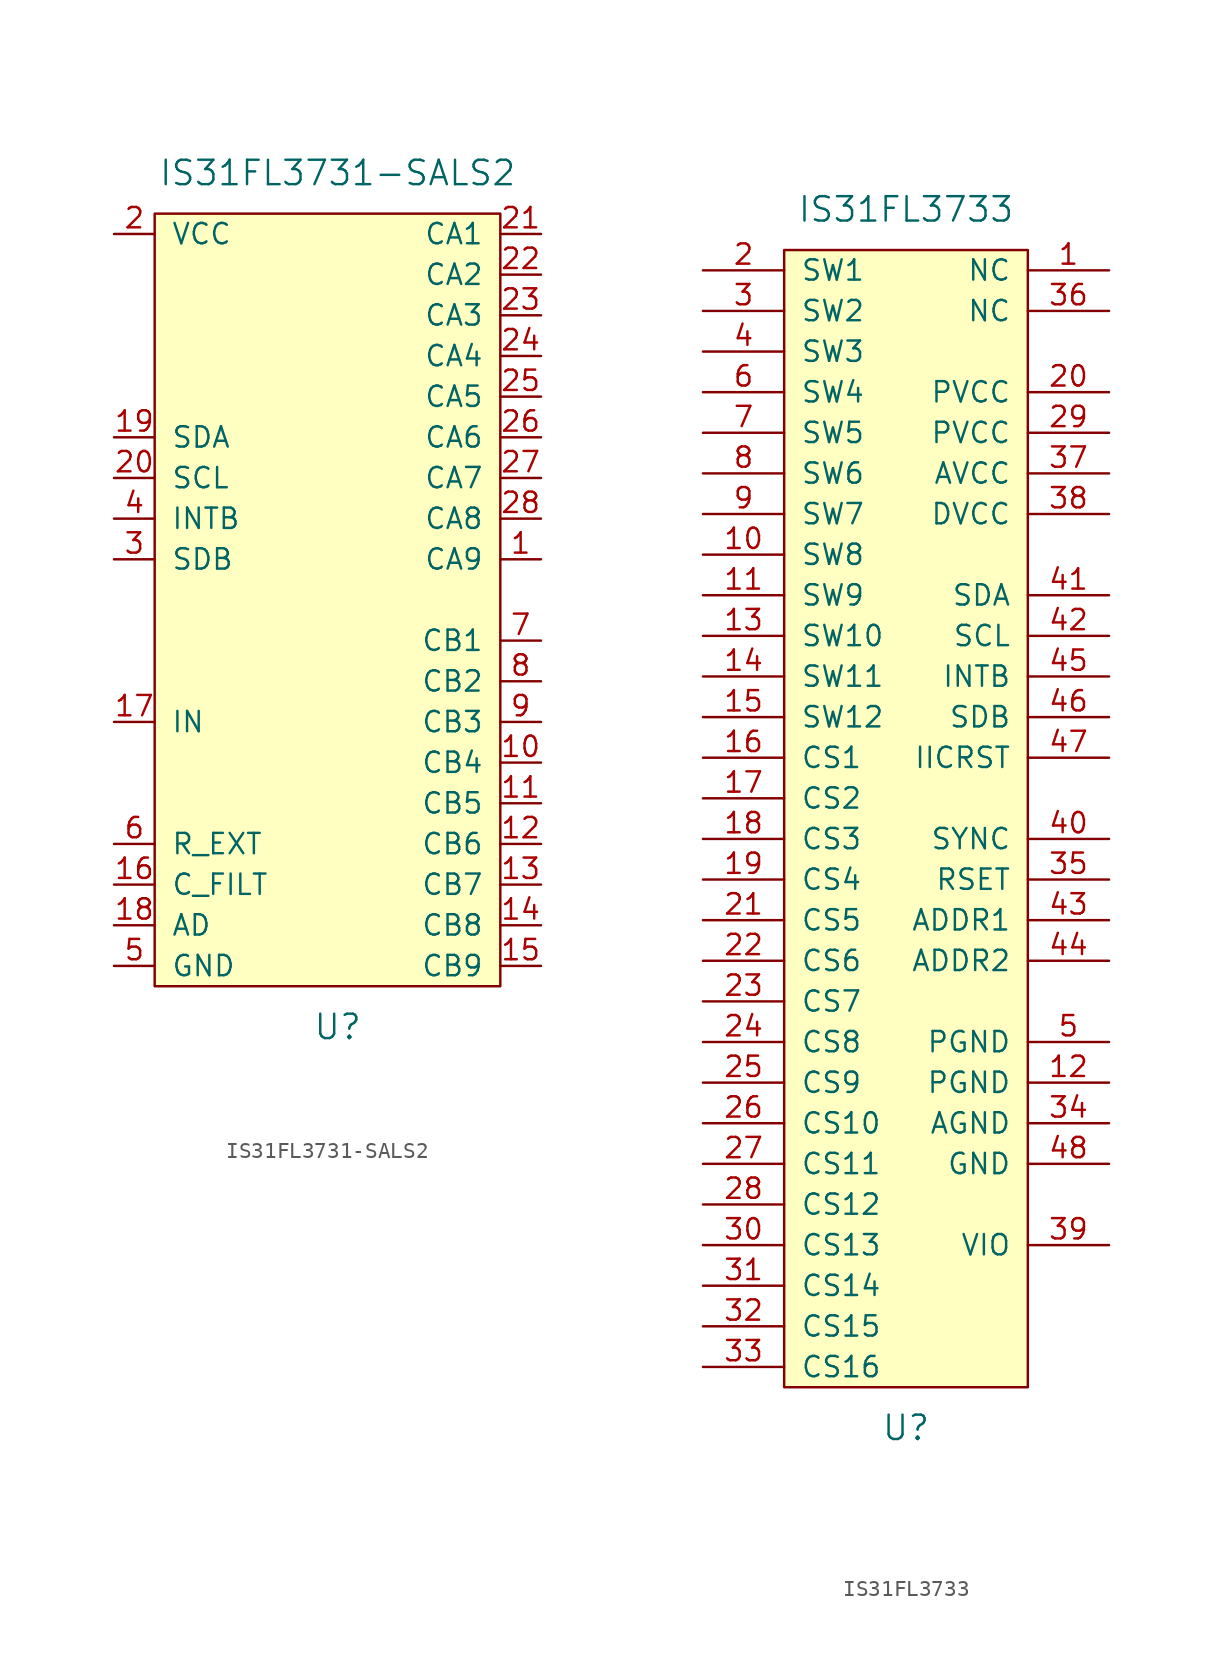
<source format=kicad_sym>
(kicad_symbol_lib
  (version 20231120)
  (generator "kicad_symbol_editor")
  (generator_version "8.0")
  (symbol "IS31FL3731-SALS2"
    (pin_names
      (offset 1.016))
    (property "Reference" "U"
      (at 0 -26.67 0)
      (effects (font (size 1.524 1.524))))
    (property "Value" "IS31FL3731-SALS2"
      (at 0 26.67 0)
      (effects (font (size 1.524 1.524))))
    (symbol "IS31FL3731-SALS2_0_1"
      (rectangle (start 10.16 24.13) (end -11.43 -24.13) (stroke (width 0) (type default)) (fill (type background))))
    (symbol "IS31FL3731-SALS2_1_1"
      (pin input line (at 12.7 2.54 180) (length 2.54) (name "CA9" (effects (font (size 1.27 1.27)))) (number "1" (effects (font (size 1.27 1.27)))))
      (pin input line (at 12.7 -10.16 180) (length 2.54) (name "CB4" (effects (font (size 1.27 1.27)))) (number "10" (effects (font (size 1.27 1.27)))))
      (pin input line (at 12.7 -12.7 180) (length 2.54) (name "CB5" (effects (font (size 1.27 1.27)))) (number "11" (effects (font (size 1.27 1.27)))))
      (pin input line (at 12.7 -15.24 180) (length 2.54) (name "CB6" (effects (font (size 1.27 1.27)))) (number "12" (effects (font (size 1.27 1.27)))))
      (pin input line (at 12.7 -17.78 180) (length 2.54) (name "CB7" (effects (font (size 1.27 1.27)))) (number "13" (effects (font (size 1.27 1.27)))))
      (pin input line (at 12.7 -20.32 180) (length 2.54) (name "CB8" (effects (font (size 1.27 1.27)))) (number "14" (effects (font (size 1.27 1.27)))))
      (pin input line (at 12.7 -22.86 180) (length 2.54) (name "CB9" (effects (font (size 1.27 1.27)))) (number "15" (effects (font (size 1.27 1.27)))))
      (pin input line (at -13.97 -17.78 0) (length 2.54) (name "C_FILT" (effects (font (size 1.27 1.27)))) (number "16" (effects (font (size 1.27 1.27)))))
      (pin input line (at -13.97 -7.62 0) (length 2.54) (name "IN" (effects (font (size 1.27 1.27)))) (number "17" (effects (font (size 1.27 1.27)))))
      (pin input line (at -13.97 -20.32 0) (length 2.54) (name "AD" (effects (font (size 1.27 1.27)))) (number "18" (effects (font (size 1.27 1.27)))))
      (pin input line (at -13.97 10.16 0) (length 2.54) (name "SDA" (effects (font (size 1.27 1.27)))) (number "19" (effects (font (size 1.27 1.27)))))
      (pin input line (at -13.97 22.86 0) (length 2.54) (name "VCC" (effects (font (size 1.27 1.27)))) (number "2" (effects (font (size 1.27 1.27)))))
      (pin input line (at -13.97 7.62 0) (length 2.54) (name "SCL" (effects (font (size 1.27 1.27)))) (number "20" (effects (font (size 1.27 1.27)))))
      (pin input line (at 12.7 22.86 180) (length 2.54) (name "CA1" (effects (font (size 1.27 1.27)))) (number "21" (effects (font (size 1.27 1.27)))))
      (pin input line (at 12.7 20.32 180) (length 2.54) (name "CA2" (effects (font (size 1.27 1.27)))) (number "22" (effects (font (size 1.27 1.27)))))
      (pin input line (at 12.7 17.78 180) (length 2.54) (name "CA3" (effects (font (size 1.27 1.27)))) (number "23" (effects (font (size 1.27 1.27)))))
      (pin input line (at 12.7 15.24 180) (length 2.54) (name "CA4" (effects (font (size 1.27 1.27)))) (number "24" (effects (font (size 1.27 1.27)))))
      (pin input line (at 12.7 12.7 180) (length 2.54) (name "CA5" (effects (font (size 1.27 1.27)))) (number "25" (effects (font (size 1.27 1.27)))))
      (pin input line (at 12.7 10.16 180) (length 2.54) (name "CA6" (effects (font (size 1.27 1.27)))) (number "26" (effects (font (size 1.27 1.27)))))
      (pin input line (at 12.7 7.62 180) (length 2.54) (name "CA7" (effects (font (size 1.27 1.27)))) (number "27" (effects (font (size 1.27 1.27)))))
      (pin input line (at 12.7 5.08 180) (length 2.54) (name "CA8" (effects (font (size 1.27 1.27)))) (number "28" (effects (font (size 1.27 1.27)))))
      (pin input line (at -13.97 2.54 0) (length 2.54) (name "SDB" (effects (font (size 1.27 1.27)))) (number "3" (effects (font (size 1.27 1.27)))))
      (pin input line (at -13.97 5.08 0) (length 2.54) (name "INTB" (effects (font (size 1.27 1.27)))) (number "4" (effects (font (size 1.27 1.27)))))
      (pin input line (at -13.97 -22.86 0) (length 2.54) (name "GND" (effects (font (size 1.27 1.27)))) (number "5" (effects (font (size 1.27 1.27)))))
      (pin input line (at -13.97 -15.24 0) (length 2.54) (name "R_EXT" (effects (font (size 1.27 1.27)))) (number "6" (effects (font (size 1.27 1.27)))))
      (pin input line (at 12.7 -2.54 180) (length 2.54) (name "CB1" (effects (font (size 1.27 1.27)))) (number "7" (effects (font (size 1.27 1.27)))))
      (pin input line (at 12.7 -5.08 180) (length 2.54) (name "CB2" (effects (font (size 1.27 1.27)))) (number "8" (effects (font (size 1.27 1.27)))))
      (pin input line (at 12.7 -7.62 180) (length 2.54) (name "CB3" (effects (font (size 1.27 1.27)))) (number "9" (effects (font (size 1.27 1.27)))))))
  (symbol "IS31FL3733"
    (pin_names
      (offset 1.016))
    (property "Reference" "U"
      (at 0 -41.91 0)
      (effects (font (size 1.524 1.524))))
    (property "Value" "IS31FL3733"
      (at 0 34.29 0)
      (effects (font (size 1.524 1.524))))
    (symbol "IS31FL3733_0_1"
      (rectangle (start -7.62 31.75) (end 7.62 -39.37) (stroke (width 0) (type default)) (fill (type background))))
    (symbol "IS31FL3733_1_1"
      (pin input line (at 12.7 30.48 180) (length 5.08) (name "NC" (effects (font (size 1.27 1.27)))) (number "1" (effects (font (size 1.27 1.27)))))
      (pin input line (at -12.7 12.7 0) (length 5.08) (name "SW8" (effects (font (size 1.27 1.27)))) (number "10" (effects (font (size 1.27 1.27)))))
      (pin input line (at -12.7 10.16 0) (length 5.08) (name "SW9" (effects (font (size 1.27 1.27)))) (number "11" (effects (font (size 1.27 1.27)))))
      (pin input line (at 12.7 -20.32 180) (length 5.08) (name "PGND" (effects (font (size 1.27 1.27)))) (number "12" (effects (font (size 1.27 1.27)))))
      (pin input line (at -12.7 7.62 0) (length 5.08) (name "SW10" (effects (font (size 1.27 1.27)))) (number "13" (effects (font (size 1.27 1.27)))))
      (pin input line (at -12.7 5.08 0) (length 5.08) (name "SW11" (effects (font (size 1.27 1.27)))) (number "14" (effects (font (size 1.27 1.27)))))
      (pin input line (at -12.7 2.54 0) (length 5.08) (name "SW12" (effects (font (size 1.27 1.27)))) (number "15" (effects (font (size 1.27 1.27)))))
      (pin input line (at -12.7 0 0) (length 5.08) (name "CS1" (effects (font (size 1.27 1.27)))) (number "16" (effects (font (size 1.27 1.27)))))
      (pin input line (at -12.7 -2.54 0) (length 5.08) (name "CS2" (effects (font (size 1.27 1.27)))) (number "17" (effects (font (size 1.27 1.27)))))
      (pin input line (at -12.7 -5.08 0) (length 5.08) (name "CS3" (effects (font (size 1.27 1.27)))) (number "18" (effects (font (size 1.27 1.27)))))
      (pin input line (at -12.7 -7.62 0) (length 5.08) (name "CS4" (effects (font (size 1.27 1.27)))) (number "19" (effects (font (size 1.27 1.27)))))
      (pin input line (at -12.7 30.48 0) (length 5.08) (name "SW1" (effects (font (size 1.27 1.27)))) (number "2" (effects (font (size 1.27 1.27)))))
      (pin input line (at 12.7 22.86 180) (length 5.08) (name "PVCC" (effects (font (size 1.27 1.27)))) (number "20" (effects (font (size 1.27 1.27)))))
      (pin input line (at -12.7 -10.16 0) (length 5.08) (name "CS5" (effects (font (size 1.27 1.27)))) (number "21" (effects (font (size 1.27 1.27)))))
      (pin input line (at -12.7 -12.7 0) (length 5.08) (name "CS6" (effects (font (size 1.27 1.27)))) (number "22" (effects (font (size 1.27 1.27)))))
      (pin input line (at -12.7 -15.24 0) (length 5.08) (name "CS7" (effects (font (size 1.27 1.27)))) (number "23" (effects (font (size 1.27 1.27)))))
      (pin input line (at -12.7 -17.78 0) (length 5.08) (name "CS8" (effects (font (size 1.27 1.27)))) (number "24" (effects (font (size 1.27 1.27)))))
      (pin input line (at -12.7 -20.32 0) (length 5.08) (name "CS9" (effects (font (size 1.27 1.27)))) (number "25" (effects (font (size 1.27 1.27)))))
      (pin input line (at -12.7 -22.86 0) (length 5.08) (name "CS10" (effects (font (size 1.27 1.27)))) (number "26" (effects (font (size 1.27 1.27)))))
      (pin input line (at -12.7 -25.4 0) (length 5.08) (name "CS11" (effects (font (size 1.27 1.27)))) (number "27" (effects (font (size 1.27 1.27)))))
      (pin input line (at -12.7 -27.94 0) (length 5.08) (name "CS12" (effects (font (size 1.27 1.27)))) (number "28" (effects (font (size 1.27 1.27)))))
      (pin input line (at 12.7 20.32 180) (length 5.08) (name "PVCC" (effects (font (size 1.27 1.27)))) (number "29" (effects (font (size 1.27 1.27)))))
      (pin input line (at -12.7 27.94 0) (length 5.08) (name "SW2" (effects (font (size 1.27 1.27)))) (number "3" (effects (font (size 1.27 1.27)))))
      (pin input line (at -12.7 -30.48 0) (length 5.08) (name "CS13" (effects (font (size 1.27 1.27)))) (number "30" (effects (font (size 1.27 1.27)))))
      (pin input line (at -12.7 -33.02 0) (length 5.08) (name "CS14" (effects (font (size 1.27 1.27)))) (number "31" (effects (font (size 1.27 1.27)))))
      (pin input line (at -12.7 -35.56 0) (length 5.08) (name "CS15" (effects (font (size 1.27 1.27)))) (number "32" (effects (font (size 1.27 1.27)))))
      (pin input line (at -12.7 -38.1 0) (length 5.08) (name "CS16" (effects (font (size 1.27 1.27)))) (number "33" (effects (font (size 1.27 1.27)))))
      (pin input line (at 12.7 -22.86 180) (length 5.08) (name "AGND" (effects (font (size 1.27 1.27)))) (number "34" (effects (font (size 1.27 1.27)))))
      (pin input line (at 12.7 -7.62 180) (length 5.08) (name "RSET" (effects (font (size 1.27 1.27)))) (number "35" (effects (font (size 1.27 1.27)))))
      (pin input line (at 12.7 27.94 180) (length 5.08) (name "NC" (effects (font (size 1.27 1.27)))) (number "36" (effects (font (size 1.27 1.27)))))
      (pin input line (at 12.7 17.78 180) (length 5.08) (name "AVCC" (effects (font (size 1.27 1.27)))) (number "37" (effects (font (size 1.27 1.27)))))
      (pin input line (at 12.7 15.24 180) (length 5.08) (name "DVCC" (effects (font (size 1.27 1.27)))) (number "38" (effects (font (size 1.27 1.27)))))
      (pin input line (at 12.7 -30.48 180) (length 5.08) (name "VIO" (effects (font (size 1.27 1.27)))) (number "39" (effects (font (size 1.27 1.27)))))
      (pin input line (at -12.7 25.4 0) (length 5.08) (name "SW3" (effects (font (size 1.27 1.27)))) (number "4" (effects (font (size 1.27 1.27)))))
      (pin input line (at 12.7 -5.08 180) (length 5.08) (name "SYNC" (effects (font (size 1.27 1.27)))) (number "40" (effects (font (size 1.27 1.27)))))
      (pin input line (at 12.7 10.16 180) (length 5.08) (name "SDA" (effects (font (size 1.27 1.27)))) (number "41" (effects (font (size 1.27 1.27)))))
      (pin input line (at 12.7 7.62 180) (length 5.08) (name "SCL" (effects (font (size 1.27 1.27)))) (number "42" (effects (font (size 1.27 1.27)))))
      (pin input line (at 12.7 -10.16 180) (length 5.08) (name "ADDR1" (effects (font (size 1.27 1.27)))) (number "43" (effects (font (size 1.27 1.27)))))
      (pin input line (at 12.7 -12.7 180) (length 5.08) (name "ADDR2" (effects (font (size 1.27 1.27)))) (number "44" (effects (font (size 1.27 1.27)))))
      (pin input line (at 12.7 5.08 180) (length 5.08) (name "INTB" (effects (font (size 1.27 1.27)))) (number "45" (effects (font (size 1.27 1.27)))))
      (pin input line (at 12.7 2.54 180) (length 5.08) (name "SDB" (effects (font (size 1.27 1.27)))) (number "46" (effects (font (size 1.27 1.27)))))
      (pin input line (at 12.7 0 180) (length 5.08) (name "IICRST" (effects (font (size 1.27 1.27)))) (number "47" (effects (font (size 1.27 1.27)))))
      (pin input line (at 12.7 -25.4 180) (length 5.08) (name "GND" (effects (font (size 1.27 1.27)))) (number "48" (effects (font (size 1.27 1.27)))))
      (pin input line (at 12.7 -17.78 180) (length 5.08) (name "PGND" (effects (font (size 1.27 1.27)))) (number "5" (effects (font (size 1.27 1.27)))))
      (pin input line (at -12.7 22.86 0) (length 5.08) (name "SW4" (effects (font (size 1.27 1.27)))) (number "6" (effects (font (size 1.27 1.27)))))
      (pin input line (at -12.7 20.32 0) (length 5.08) (name "SW5" (effects (font (size 1.27 1.27)))) (number "7" (effects (font (size 1.27 1.27)))))
      (pin input line (at -12.7 17.78 0) (length 5.08) (name "SW6" (effects (font (size 1.27 1.27)))) (number "8" (effects (font (size 1.27 1.27)))))
      (pin input line (at -12.7 15.24 0) (length 5.08) (name "SW7" (effects (font (size 1.27 1.27)))) (number "9" (effects (font (size 1.27 1.27))))))))
</source>
